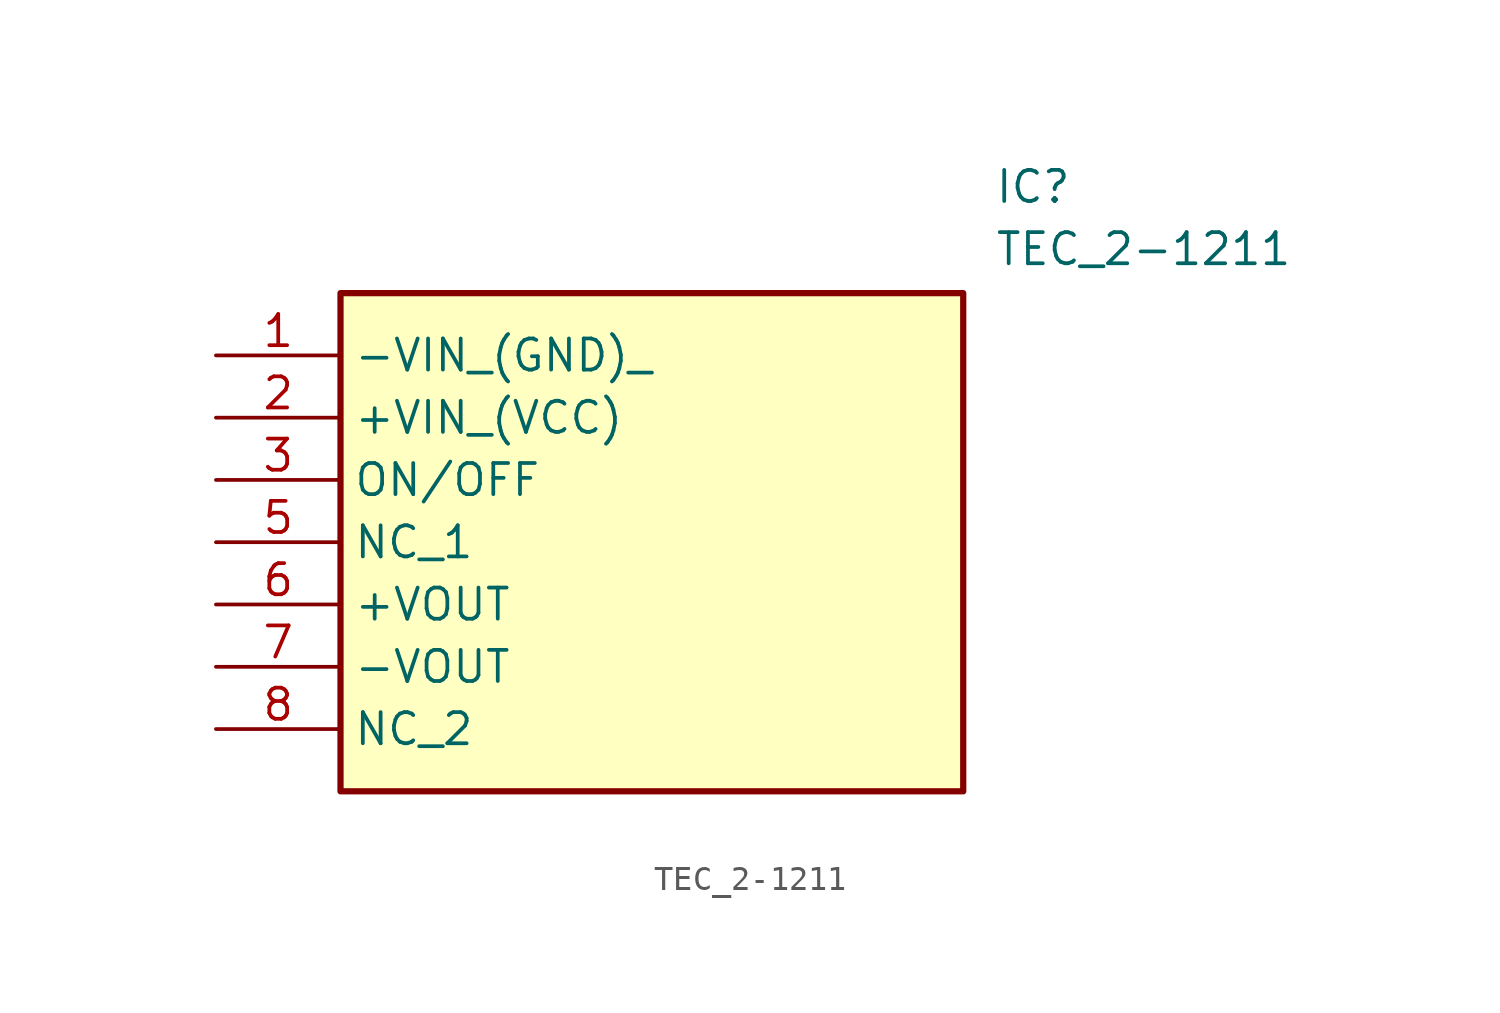
<source format=kicad_sym>
(kicad_symbol_lib
  (version 20211014)
  (generator SamacSys_ECAD_Model)
  (symbol "TEC_2-1211"
    (property "Reference" "IC"
      (at 31.75 7.62 0)
      (effects (font (size 1.27 1.27)) (justify left top)))
    (property "Value" "TEC_2-1211"
      (at 31.75 5.08 0)
      (effects (font (size 1.27 1.27)) (justify left top)))
    (rectangle
      (start 5.08 2.54)
      (end 30.48 -17.78)
      (stroke (width 0.254) (type default))
      (fill (type background)))
    (pin passive line
      (at 0 0 0)
      (length 5.08)
      (name "-VIN_(GND)_" (effects (font (size 1.27 1.27))))
      (number "1" (effects (font (size 1.27 1.27)))))
    (pin passive line
      (at 0 -2.54 0)
      (length 5.08)
      (name "+VIN_(VCC)" (effects (font (size 1.27 1.27))))
      (number "2" (effects (font (size 1.27 1.27)))))
    (pin passive line
      (at 0 -5.08 0)
      (length 5.08)
      (name "ON/OFF" (effects (font (size 1.27 1.27))))
      (number "3" (effects (font (size 1.27 1.27)))))
    (pin passive line
      (at 0 -7.62 0)
      (length 5.08)
      (name "NC_1" (effects (font (size 1.27 1.27))))
      (number "5" (effects (font (size 1.27 1.27)))))
    (pin passive line
      (at 0 -10.16 0)
      (length 5.08)
      (name "+VOUT" (effects (font (size 1.27 1.27))))
      (number "6" (effects (font (size 1.27 1.27)))))
    (pin passive line
      (at 0 -12.7 0)
      (length 5.08)
      (name "-VOUT" (effects (font (size 1.27 1.27))))
      (number "7" (effects (font (size 1.27 1.27)))))
    (pin passive line
      (at 0 -15.24 0)
      (length 5.08)
      (name "NC_2" (effects (font (size 1.27 1.27))))
      (number "8" (effects (font (size 1.27 1.27)))))))
</source>
